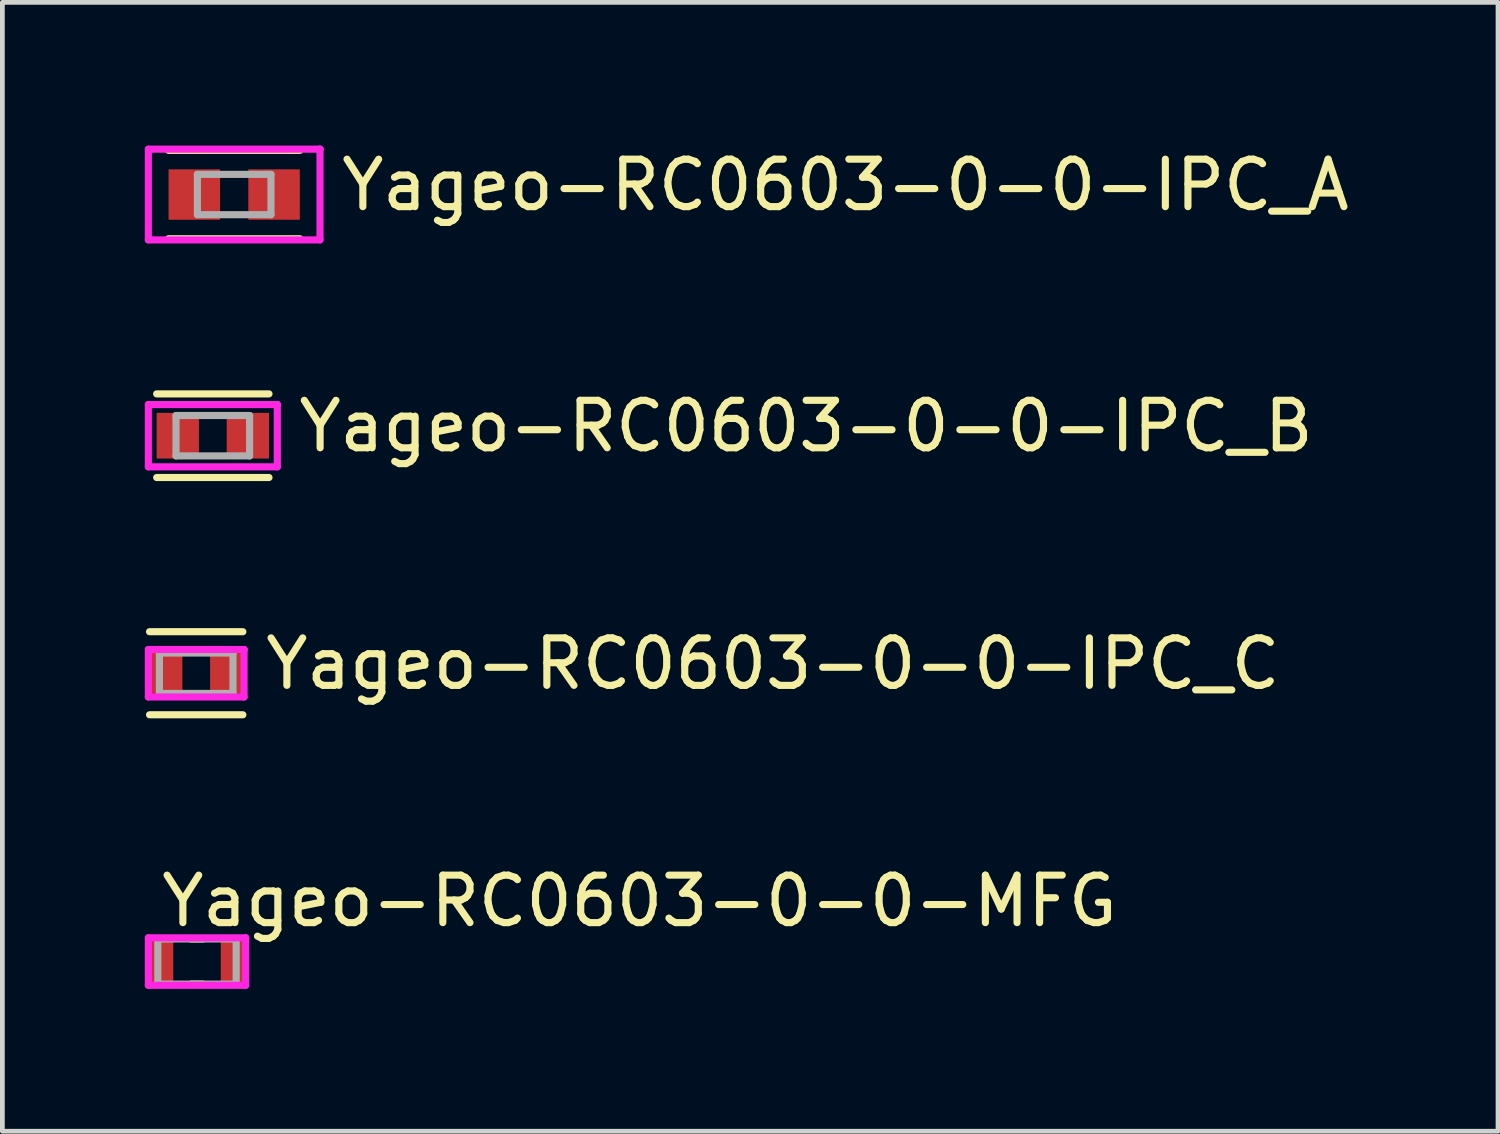
<source format=kicad_pcb>
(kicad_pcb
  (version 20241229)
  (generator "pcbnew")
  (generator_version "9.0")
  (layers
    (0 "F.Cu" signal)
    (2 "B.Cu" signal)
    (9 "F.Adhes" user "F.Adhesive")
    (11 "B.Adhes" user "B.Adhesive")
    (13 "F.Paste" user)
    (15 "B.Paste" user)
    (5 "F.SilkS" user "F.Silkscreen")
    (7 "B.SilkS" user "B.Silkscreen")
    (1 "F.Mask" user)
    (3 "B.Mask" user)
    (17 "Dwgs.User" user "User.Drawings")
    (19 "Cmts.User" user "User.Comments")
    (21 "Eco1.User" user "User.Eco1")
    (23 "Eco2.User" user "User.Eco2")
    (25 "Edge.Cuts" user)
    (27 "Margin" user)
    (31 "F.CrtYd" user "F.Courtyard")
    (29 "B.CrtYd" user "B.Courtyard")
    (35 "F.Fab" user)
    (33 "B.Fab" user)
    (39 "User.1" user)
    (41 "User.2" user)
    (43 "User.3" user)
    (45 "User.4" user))
  (footprint "Yageo-RC0603-0-0-IPC_A"
    (layer "F.Cu")
    (at 1.883 1.048)
    (property "Reference" "Yageo-RC0603-0-0-IPC_A" (at 2.183 -0.2 0) (layer "F.SilkS") (effects (font (size 1 1) (thickness 0.15)) (justify left)))
    (attr through_hole)
    (fp_line (start -1.383 -0.931) (end 1.383 -0.931) (stroke (width 0.15) (type solid)) (layer "F.SilkS"))
    (fp_line (start -1.383 0.931) (end 1.383 0.931) (stroke (width 0.15) (type solid)) (layer "F.SilkS"))
    (fp_line (start -1.808 -0.956) (end -1.808 0.956) (stroke (width 0.15) (type solid)) (layer "F.CrtYd"))
    (fp_line (start -1.808 0.956) (end 1.808 0.956) (stroke (width 0.15) (type solid)) (layer "F.CrtYd"))
    (fp_line (start 1.808 -0.956) (end -1.808 -0.956) (stroke (width 0.15) (type solid)) (layer "F.CrtYd"))
    (fp_line (start 1.808 -0.956) (end 1.808 -0.956) (stroke (width 0.15) (type solid)) (layer "F.CrtYd"))
    (fp_line (start 1.808 0.956) (end 1.808 -0.956) (stroke (width 0.15) (type solid)) (layer "F.CrtYd"))
    (fp_line (start -0.775 -0.425) (end 0.775 -0.425) (stroke (width 0.15) (type solid)) (layer "F.Fab"))
    (fp_line (start -0.775 0.425) (end -0.775 -0.425) (stroke (width 0.15) (type solid)) (layer "F.Fab"))
    (fp_line (start 0.775 -0.425) (end 0.775 0.425) (stroke (width 0.15) (type solid)) (layer "F.Fab"))
    (fp_line (start 0.775 0.425) (end -0.775 0.425) (stroke (width 0.15) (type solid)) (layer "F.Fab"))
    (pad "1" smd rect (at -0.84 0) (size 1.085 1.062) (layers "F.Cu" "F.Mask" "F.Paste"))
    (pad "2" smd rect (at 0.84 0) (size 1.085 1.062) (layers "F.Cu" "F.Mask" "F.Paste")))
  (footprint "Yageo-RC0603-0-0-IPC_B"
    (layer "F.Cu")
    (at 1.433 6.128)
    (property "Reference" "Yageo-RC0603-0-0-IPC_B" (at 1.733 -0.2 0) (layer "F.SilkS") (effects (font (size 1 1) (thickness 0.15)) (justify left)))
    (attr through_hole)
    (fp_line (start -1.183 -0.881) (end 1.183 -0.881) (stroke (width 0.15) (type solid)) (layer "F.SilkS"))
    (fp_line (start -1.183 0.881) (end 1.183 0.881) (stroke (width 0.15) (type solid)) (layer "F.SilkS"))
    (fp_line (start -1.358 -0.656) (end -1.358 0.656) (stroke (width 0.15) (type solid)) (layer "F.CrtYd"))
    (fp_line (start -1.358 0.656) (end 1.358 0.656) (stroke (width 0.15) (type solid)) (layer "F.CrtYd"))
    (fp_line (start 1.358 -0.656) (end -1.358 -0.656) (stroke (width 0.15) (type solid)) (layer "F.CrtYd"))
    (fp_line (start 1.358 -0.656) (end 1.358 -0.656) (stroke (width 0.15) (type solid)) (layer "F.CrtYd"))
    (fp_line (start 1.358 0.656) (end 1.358 -0.656) (stroke (width 0.15) (type solid)) (layer "F.CrtYd"))
    (fp_line (start -0.775 -0.425) (end 0.775 -0.425) (stroke (width 0.15) (type solid)) (layer "F.Fab"))
    (fp_line (start -0.775 0.425) (end -0.775 -0.425) (stroke (width 0.15) (type solid)) (layer "F.Fab"))
    (fp_line (start 0.775 -0.425) (end 0.775 0.425) (stroke (width 0.15) (type solid)) (layer "F.Fab"))
    (fp_line (start 0.775 0.425) (end -0.775 0.425) (stroke (width 0.15) (type solid)) (layer "F.Fab"))
    (pad "1" smd rect (at -0.738 0) (size 0.891 0.962) (layers "F.Cu" "F.Mask" "F.Paste"))
    (pad "2" smd rect (at 0.738 0) (size 0.891 0.962) (layers "F.Cu" "F.Mask" "F.Paste")))
  (footprint "Yageo-RC0603-0-0-IPC_C"
    (layer "F.Cu")
    (at 1.083 11.132)
    (property "Reference" "Yageo-RC0603-0-0-IPC_C" (at 1.383 -0.2 0) (layer "F.SilkS") (effects (font (size 1 1) (thickness 0.15)) (justify left)))
    (attr through_hole)
    (fp_line (start -0.983 -0.875) (end 0.983 -0.875) (stroke (width 0.15) (type solid)) (layer "F.SilkS"))
    (fp_line (start -0.983 0.875) (end 0.983 0.875) (stroke (width 0.15) (type solid)) (layer "F.SilkS"))
    (fp_line (start -1.008 -0.5) (end -1.008 0.5) (stroke (width 0.15) (type solid)) (layer "F.CrtYd"))
    (fp_line (start -1.008 0.5) (end 1.008 0.5) (stroke (width 0.15) (type solid)) (layer "F.CrtYd"))
    (fp_line (start 1.008 -0.5) (end -1.008 -0.5) (stroke (width 0.15) (type solid)) (layer "F.CrtYd"))
    (fp_line (start 1.008 -0.5) (end 1.008 -0.5) (stroke (width 0.15) (type solid)) (layer "F.CrtYd"))
    (fp_line (start 1.008 0.5) (end 1.008 -0.5) (stroke (width 0.15) (type solid)) (layer "F.CrtYd"))
    (fp_line (start -0.775 -0.425) (end 0.775 -0.425) (stroke (width 0.15) (type solid)) (layer "F.Fab"))
    (fp_line (start -0.775 0.425) (end -0.775 -0.425) (stroke (width 0.15) (type solid)) (layer "F.Fab"))
    (fp_line (start 0.775 -0.425) (end 0.775 0.425) (stroke (width 0.15) (type solid)) (layer "F.Fab"))
    (fp_line (start 0.775 0.425) (end -0.775 0.425) (stroke (width 0.15) (type solid)) (layer "F.Fab"))
    (pad "1" smd rect (at -0.637 0) (size 0.691 0.862) (layers "F.Cu" "F.Mask" "F.Paste"))
    (pad "2" smd rect (at 0.638 0) (size 0.691 0.862) (layers "F.Cu" "F.Mask" "F.Paste")))
  (footprint "Yageo-RC0603-0-0-MFG"
    (layer "F.Cu")
    (at 1.1 17.205)
    (property "Reference" "Yageo-RC0603-0-0-MFG" (at -0.825 -1.275 0) (layer "F.SilkS") (effects (font (size 1 1) (thickness 0.15)) (justify left)))
    (attr through_hole)
    (fp_line (start -0.125 -0.475) (end 0.125 -0.475) (stroke (width 0.15) (type solid)) (layer "F.SilkS"))
    (fp_line (start -0.125 0.475) (end 0.125 0.475) (stroke (width 0.15) (type solid)) (layer "F.SilkS"))
    (fp_line (start -1.025 -0.5) (end -1.025 0.5) (stroke (width 0.15) (type solid)) (layer "F.CrtYd"))
    (fp_line (start -1.025 0.5) (end 1.025 0.5) (stroke (width 0.15) (type solid)) (layer "F.CrtYd"))
    (fp_line (start 1.025 -0.5) (end -1.025 -0.5) (stroke (width 0.15) (type solid)) (layer "F.CrtYd"))
    (fp_line (start 1.025 -0.5) (end 1.025 -0.5) (stroke (width 0.15) (type solid)) (layer "F.CrtYd"))
    (fp_line (start 1.025 0.5) (end 1.025 -0.5) (stroke (width 0.15) (type solid)) (layer "F.CrtYd"))
    (fp_line (start -0.825 -0.475) (end 0.825 -0.475) (stroke (width 0.15) (type solid)) (layer "F.Fab"))
    (fp_line (start -0.825 0.475) (end -0.825 -0.475) (stroke (width 0.15) (type solid)) (layer "F.Fab"))
    (fp_line (start 0.825 -0.475) (end 0.825 0.475) (stroke (width 0.15) (type solid)) (layer "F.Fab"))
    (fp_line (start 0.825 0.475) (end -0.825 0.475) (stroke (width 0.15) (type solid)) (layer "F.Fab"))
    (pad "1" smd rect (at -0.75 0) (size 0.5 0.9) (layers "F.Cu" "F.Mask" "F.Paste"))
    (pad "2" smd rect (at 0.75 0) (size 0.5 0.9) (layers "F.Cu" "F.Mask" "F.Paste")))
  (gr_rect
    (start -3 -3)
    (end 28.506 20.78)
    (stroke (width 0.1) (type default))
    (fill no)
    (layer "Edge.Cuts")))
</source>
